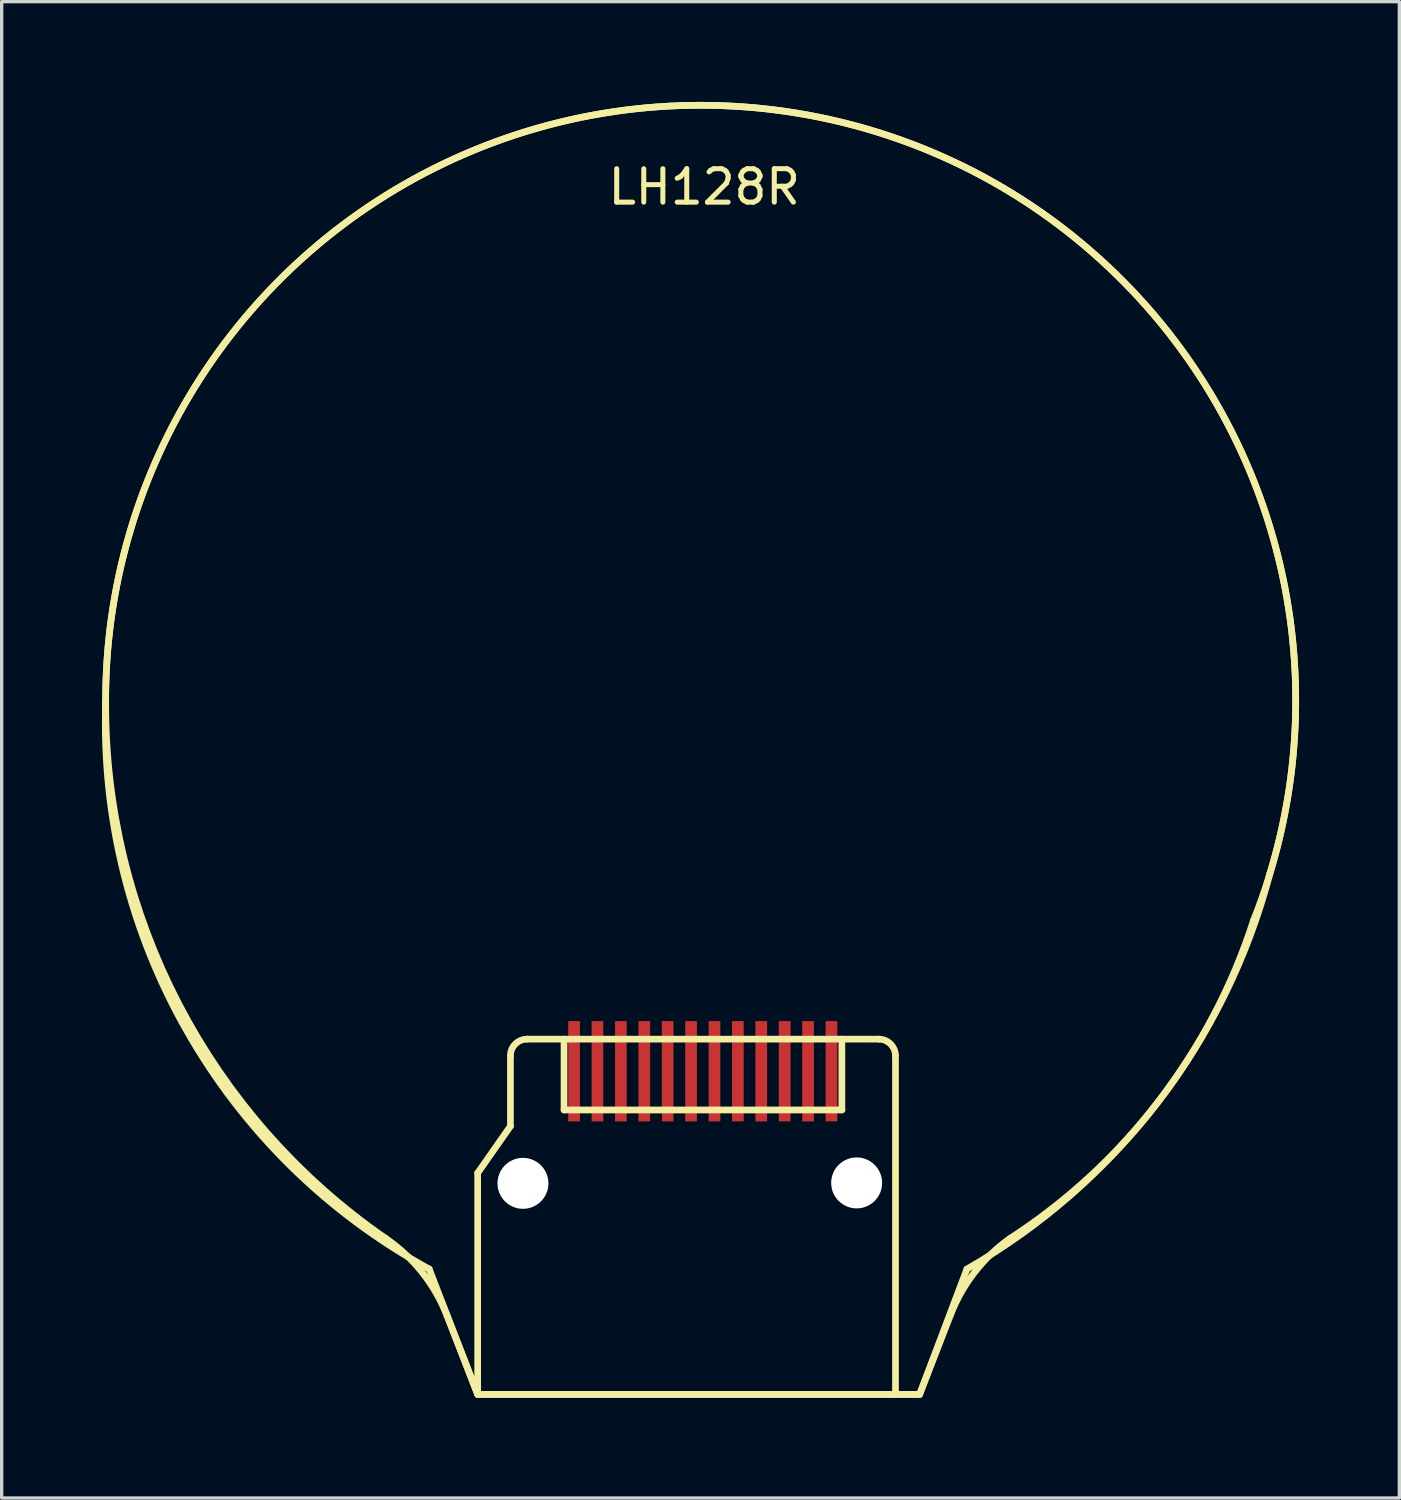
<source format=kicad_pcb>
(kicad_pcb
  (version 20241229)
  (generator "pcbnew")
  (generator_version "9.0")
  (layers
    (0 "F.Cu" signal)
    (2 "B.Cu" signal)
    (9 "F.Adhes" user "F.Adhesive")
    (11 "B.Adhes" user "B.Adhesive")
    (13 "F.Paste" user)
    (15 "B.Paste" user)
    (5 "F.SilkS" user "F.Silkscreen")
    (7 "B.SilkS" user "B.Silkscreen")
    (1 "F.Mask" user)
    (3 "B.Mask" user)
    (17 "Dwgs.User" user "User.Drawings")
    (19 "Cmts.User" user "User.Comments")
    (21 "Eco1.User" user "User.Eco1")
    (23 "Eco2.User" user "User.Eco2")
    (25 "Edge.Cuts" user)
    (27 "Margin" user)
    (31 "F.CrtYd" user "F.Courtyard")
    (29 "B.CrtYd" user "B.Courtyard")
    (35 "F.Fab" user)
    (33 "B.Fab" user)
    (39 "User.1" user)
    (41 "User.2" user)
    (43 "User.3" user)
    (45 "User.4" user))
  (footprint "LH128R"
    (layer "F.Cu")
    (at 17.915 18.29)
    (property "Reference" "LH128R" (at 0.102 -15.748 0) (layer "F.SilkS") (effects (font (size 1 1) (thickness 0.15))))
    (attr through_hole)
    (fp_line (start -8.125 16.623) (end -6.676 20.372) (stroke (width 0.2) (type solid)) (layer "F.SilkS"))
    (fp_line (start -6.676 13.75) (end -6.676 20.372) (stroke (width 0.2) (type solid)) (layer "F.SilkS"))
    (fp_line (start -6.676 20.372) (end -7.593 18.017) (stroke (width 0.2) (type solid)) (layer "F.SilkS"))
    (fp_line (start -6.676 20.372) (end 6.545 20.372) (stroke (width 0.2) (type solid)) (layer "F.SilkS"))
    (fp_line (start -6.676 20.372) (end 6.545 20.372) (stroke (width 0.2) (type solid)) (layer "F.SilkS"))
    (fp_line (start -5.696 10.245) (end -5.696 12.35) (stroke (width 0.2) (type solid)) (layer "F.SilkS"))
    (fp_line (start -5.696 12.35) (end -6.676 13.75) (stroke (width 0.2) (type solid)) (layer "F.SilkS"))
    (fp_line (start -4.092 9.745) (end -4.092 11.864) (stroke (width 0.2) (type solid)) (layer "F.SilkS"))
    (fp_line (start -4.092 11.864) (end 4.219 11.864) (stroke (width 0.2) (type solid)) (layer "F.SilkS"))
    (fp_line (start 4.219 11.864) (end 4.219 9.745) (stroke (width 0.2) (type solid)) (layer "F.SilkS"))
    (fp_line (start 5.323 9.745) (end -5.196 9.745) (stroke (width 0.2) (type solid)) (layer "F.SilkS"))
    (fp_line (start 5.823 20.372) (end 5.823 10.245) (stroke (width 0.2) (type solid)) (layer "F.SilkS"))
    (fp_line (start 6.545 20.372) (end 7.478 17.974) (stroke (width 0.2) (type solid)) (layer "F.SilkS"))
    (fp_line (start 6.545 20.372) (end 7.959 16.623) (stroke (width 0.2) (type solid)) (layer "F.SilkS"))
    (fp_arc (start -17.804833 -0.335174) (mid 2.590264 -17.999919) (end 17.022414 4.797367) (stroke (width 0.2) (type solid)) (layer "F.SilkS"))
    (fp_arc (start -17.802936 -0.124595) (mid 3.218143 -17.895886) (end 16.53146 6.196854) (stroke (width 0.2) (type solid)) (layer "F.SilkS"))
    (fp_arc (start -9.414965 15.713666) (mid -15.609918 8.704021) (end -17.802907 -0.390119) (stroke (width 0.2) (type solid)) (layer "F.SilkS"))
    (fp_arc (start -9.414965 15.713667) (mid -8.330845 16.728717) (end -7.592704 18.017433) (stroke (width 0.2) (type solid)) (layer "F.SilkS"))
    (fp_arc (start -8.124579 16.62301) (mid -15.367217 9.515346) (end -17.804831 -0.335174) (stroke (width 0.2) (type solid)) (layer "F.SilkS"))
    (fp_arc (start -5.696228 10.245032) (mid -5.549781 9.891479) (end -5.196228 9.745032) (stroke (width 0.2) (type solid)) (layer "F.SilkS"))
    (fp_arc (start 5.322518 9.745032) (mid 5.676071 9.891479) (end 5.822518 10.245032) (stroke (width 0.2) (type solid)) (layer "F.SilkS"))
    (fp_arc (start 7.478433 17.973994) (mid 8.194161 16.713825) (end 9.241226 15.711853) (stroke (width 0.2) (type solid)) (layer "F.SilkS"))
    (fp_arc (start 16.53146 6.196855) (mid 13.708641 11.584385) (end 9.241226 15.711853) (stroke (width 0.2) (type solid)) (layer "F.SilkS"))
    (fp_arc (start 17.022413 4.797367) (mid 13.680474 11.622276) (end 7.958534 16.623009) (stroke (width 0.2) (type solid)) (layer "F.SilkS"))
    (fp_circle (center -5.317 14.051) (end -4.719 14.051) (stroke (width 0.2) (type solid)) (fill no) (layer "F.SilkS"))
    (fp_circle (center 4.656 14.051) (end 5.259 14.051) (stroke (width 0.2) (type solid)) (fill no) (layer "F.SilkS"))
    (pad "" np_thru_hole circle (at -5.321 14.059) (size 1.524 1.524) (drill 1.524) (layers "*.Cu" "*.Mask"))
    (pad "" np_thru_hole circle (at 4.661 14.046) (size 1.524 1.524) (drill 1.524) (layers "*.Cu" "*.Mask"))
    (pad "1" smd rect (at 3.908 10.706 180) (size 0.35 3) (layers "F.Cu" "F.Mask" "F.Paste"))
    (pad "2" smd rect (at 3.208 10.706 180) (size 0.35 3) (layers "F.Cu" "F.Mask" "F.Paste"))
    (pad "3" smd rect (at 2.508 10.706 180) (size 0.35 3) (layers "F.Cu" "F.Mask" "F.Paste"))
    (pad "4" smd rect (at 1.808 10.706 180) (size 0.35 3) (layers "F.Cu" "F.Mask" "F.Paste"))
    (pad "5" smd rect (at 1.108 10.706 180) (size 0.35 3) (layers "F.Cu" "F.Mask" "F.Paste"))
    (pad "6" smd rect (at 0.408 10.706 180) (size 0.35 3) (layers "F.Cu" "F.Mask" "F.Paste"))
    (pad "7" smd rect (at -0.292 10.706 180) (size 0.35 3) (layers "F.Cu" "F.Mask" "F.Paste"))
    (pad "8" smd rect (at -0.992 10.706 180) (size 0.35 3) (layers "F.Cu" "F.Mask" "F.Paste"))
    (pad "9" smd rect (at -1.692 10.706 180) (size 0.35 3) (layers "F.Cu" "F.Mask" "F.Paste"))
    (pad "10" smd rect (at -2.392 10.706 180) (size 0.35 3) (layers "F.Cu" "F.Mask" "F.Paste"))
    (pad "11" smd rect (at -3.092 10.706 180) (size 0.35 3) (layers "F.Cu" "F.Mask" "F.Paste"))
    (pad "12" smd rect (at -3.792 10.706 180) (size 0.35 3) (layers "F.Cu" "F.Mask" "F.Paste")))
  (gr_rect
    (start -3 -3)
    (end 38.81 41.762)
    (stroke (width 0.1) (type default))
    (fill no)
    (layer "Edge.Cuts")))
</source>
